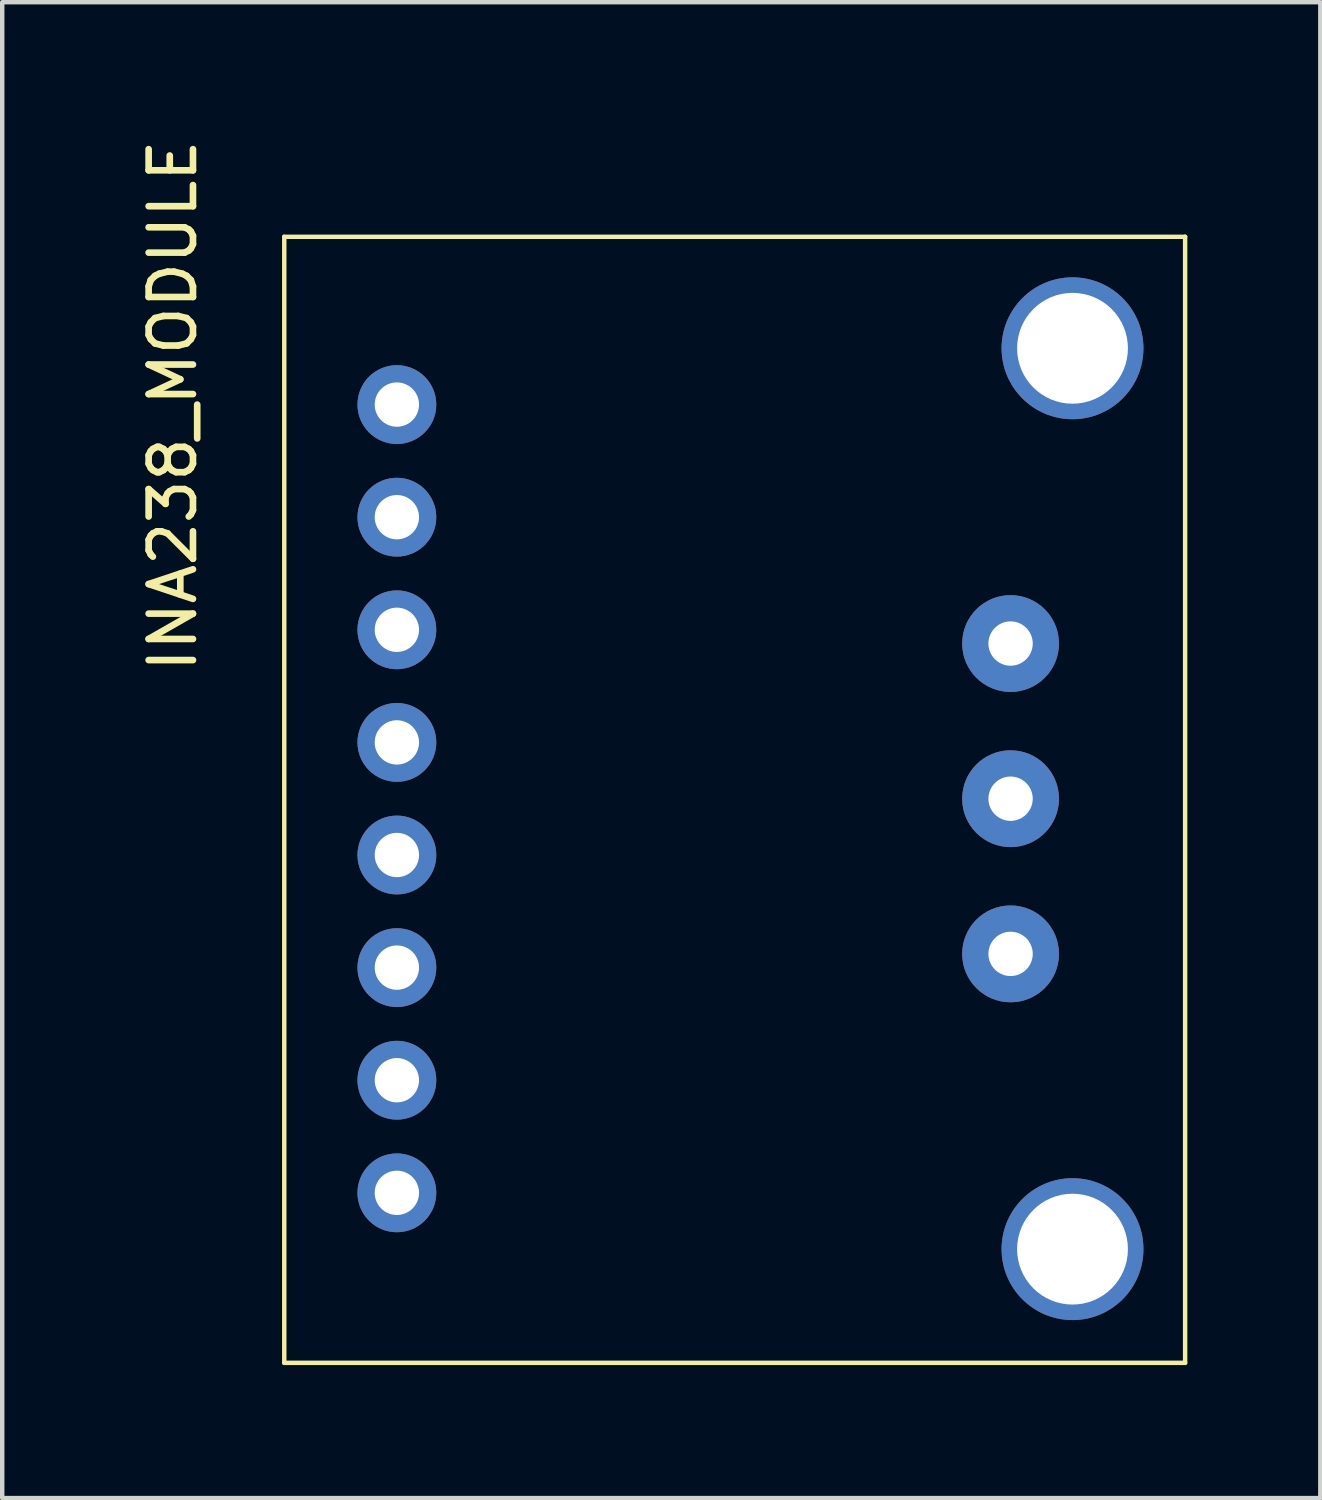
<source format=kicad_pcb>
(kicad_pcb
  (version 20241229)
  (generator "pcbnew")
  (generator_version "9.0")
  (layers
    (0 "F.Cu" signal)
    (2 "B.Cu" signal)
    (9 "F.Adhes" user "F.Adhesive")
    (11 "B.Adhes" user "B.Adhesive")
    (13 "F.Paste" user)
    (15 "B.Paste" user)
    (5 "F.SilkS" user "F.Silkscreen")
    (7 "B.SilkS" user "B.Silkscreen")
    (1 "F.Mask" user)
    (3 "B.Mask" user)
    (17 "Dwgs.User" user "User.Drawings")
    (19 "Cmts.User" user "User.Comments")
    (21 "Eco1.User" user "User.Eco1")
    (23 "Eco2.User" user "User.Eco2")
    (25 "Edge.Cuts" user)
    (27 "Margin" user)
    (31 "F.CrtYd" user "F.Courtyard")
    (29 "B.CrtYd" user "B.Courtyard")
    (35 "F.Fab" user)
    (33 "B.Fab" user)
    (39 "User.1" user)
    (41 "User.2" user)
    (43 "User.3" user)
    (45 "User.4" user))
  (footprint "INA238_MODULE"
    (layer "F.Cu")
    (at 5.928 6.101)
    (property "Reference" "INA238_MODULE" (at -5.08 0 90) (layer "F.SilkS") (effects (font (size 1 1) (thickness 0.15))))
    (attr through_hole)
    (fp_line (start -2.566 -3.81) (end 17.754 -3.81) (stroke (width 0.1) (type default)) (layer "F.SilkS"))
    (fp_line (start -2.566 21.59) (end -2.566 -3.81) (stroke (width 0.1) (type default)) (layer "F.SilkS"))
    (fp_line (start 17.754 -3.81) (end 17.754 21.59) (stroke (width 0.1) (type default)) (layer "F.SilkS"))
    (fp_line (start 17.754 21.59) (end -2.566 21.59) (stroke (width 0.1) (type default)) (layer "F.SilkS"))
    (pad "" np_thru_hole circle (at 15.214 -1.295 270) (size 3.2 3.2) (drill 2.5) (layers "*.Cu" "*.Mask"))
    (pad "" np_thru_hole circle (at 15.214 19.025 270) (size 3.2 3.2) (drill 2.5) (layers "*.Cu" "*.Mask"))
    (pad "1" thru_hole circle (at 13.817 5.365 90) (size 2.184 2.184) (drill 1) (layers "*.Cu" "*.Mask"))
    (pad "2" thru_hole circle (at 13.817 8.865 90) (size 2.184 2.184) (drill 1) (layers "*.Cu" "*.Mask"))
    (pad "3" thru_hole circle (at 13.817 12.365 90) (size 2.184 2.184) (drill 1) (layers "*.Cu" "*.Mask"))
    (pad "4" thru_hole circle (at -0.026 17.755) (size 1.778 1.778) (drill 1) (layers "*.Cu" "*.Mask"))
    (pad "5" thru_hole circle (at -0.026 15.215) (size 1.778 1.778) (drill 1) (layers "*.Cu" "*.Mask"))
    (pad "6" thru_hole circle (at -0.026 12.675) (size 1.778 1.778) (drill 1) (layers "*.Cu" "*.Mask"))
    (pad "7" thru_hole circle (at -0.026 10.135) (size 1.778 1.778) (drill 1) (layers "*.Cu" "*.Mask"))
    (pad "8" thru_hole circle (at -0.026 7.595) (size 1.778 1.778) (drill 1) (layers "*.Cu" "*.Mask"))
    (pad "9" thru_hole circle (at -0.026 5.055) (size 1.778 1.778) (drill 1) (layers "*.Cu" "*.Mask"))
    (pad "10" thru_hole circle (at -0.026 2.515) (size 1.778 1.778) (drill 1) (layers "*.Cu" "*.Mask"))
    (pad "11" thru_hole circle (at -0.026 -0.025) (size 1.778 1.778) (drill 1) (layers "*.Cu" "*.Mask"))
    (zone (net_name "") (layer "F.Cu") (hatch edge 0.5) (connect_pads) (min_thickness 0.25) (filled_areas_thickness no) (keepout (tracks not_allowed) (vias not_allowed) (pads not_allowed) (copperpour not_allowed) (footprints allowed)) (placement (enabled no)) (fill) (polygon (pts (xy 21.142 6.822) (xy 21.423 6.802) (xy 21.698 6.744) (xy 21.962 6.647) (xy 22.211 6.515) (xy 22.438 6.35) (xy 22.64 6.155) (xy 22.814 5.933) (xy 22.954 5.69) (xy 23.06 5.429) (xy 23.128 5.156) (xy 23.157 4.876) (xy 23.147 4.595) (xy 23.098 4.318) (xy 23.011 4.051) (xy 22.888 3.798) (xy 22.731 3.565) (xy 22.543 3.356) (xy 22.327 3.175) (xy 22.089 3.026) (xy 21.832 2.911) (xy 21.561 2.834) (xy 21.283 2.795) (xy 21.002 2.795) (xy 20.723 2.834) (xy 20.453 2.911) (xy 20.196 3.026) (xy 19.957 3.175) (xy 19.742 3.356) (xy 19.554 3.565) (xy 19.396 3.798) (xy 19.273 4.051) (xy 19.186 4.318) (xy 19.137 4.595) (xy 19.128 4.876) (xy 19.157 5.156) (xy 19.225 5.429) (xy 19.33 5.69) (xy 19.471 5.933) (xy 19.644 6.155) (xy 19.846 6.35) (xy 20.074 6.515) (xy 20.322 6.647) (xy 20.587 6.744) (xy 20.862 6.802))) (polygon (pts (xy 21.142 4.79) (xy 21.131 4.794) (xy 21.126 4.806) (xy 21.131 4.817) (xy 21.142 4.822) (xy 21.154 4.817) (xy 21.158 4.806) (xy 21.154 4.794))))
    (zone (net_name "") (layer "F.Cu") (hatch edge 0.5) (connect_pads) (min_thickness 0.25) (filled_areas_thickness no) (keepout (tracks not_allowed) (vias not_allowed) (pads not_allowed) (copperpour not_allowed) (footprints allowed)) (placement (enabled no)) (fill) (polygon (pts (xy 21.142 27.142) (xy 21.423 27.122) (xy 21.698 27.064) (xy 21.962 26.967) (xy 22.211 26.835) (xy 22.438 26.67) (xy 22.64 26.475) (xy 22.814 26.253) (xy 22.954 26.01) (xy 23.06 25.749) (xy 23.128 25.476) (xy 23.157 25.196) (xy 23.147 24.915) (xy 23.098 24.638) (xy 23.011 24.371) (xy 22.888 24.118) (xy 22.731 23.885) (xy 22.543 23.676) (xy 22.327 23.495) (xy 22.089 23.346) (xy 21.832 23.231) (xy 21.561 23.154) (xy 21.283 23.115) (xy 21.002 23.115) (xy 20.723 23.154) (xy 20.453 23.231) (xy 20.196 23.346) (xy 19.957 23.495) (xy 19.742 23.676) (xy 19.554 23.885) (xy 19.396 24.118) (xy 19.273 24.371) (xy 19.186 24.638) (xy 19.137 24.915) (xy 19.128 25.196) (xy 19.157 25.476) (xy 19.225 25.749) (xy 19.33 26.01) (xy 19.471 26.253) (xy 19.644 26.475) (xy 19.846 26.67) (xy 20.074 26.835) (xy 20.322 26.967) (xy 20.587 27.064) (xy 20.862 27.122))) (polygon (pts (xy 21.142 25.11) (xy 21.131 25.114) (xy 21.126 25.126) (xy 21.131 25.137) (xy 21.142 25.142) (xy 21.154 25.137) (xy 21.158 25.126) (xy 21.154 25.114))))
    (zone (net_name "") (layer "B.Cu") (hatch edge 0.5) (connect_pads) (min_thickness 0.25) (filled_areas_thickness no) (keepout (tracks not_allowed) (vias not_allowed) (pads not_allowed) (copperpour not_allowed) (footprints allowed)) (placement (enabled no)) (fill) (polygon (pts (xy 21.142 6.822) (xy 21.423 6.802) (xy 21.698 6.744) (xy 21.962 6.647) (xy 22.211 6.515) (xy 22.438 6.35) (xy 22.64 6.155) (xy 22.814 5.933) (xy 22.954 5.69) (xy 23.06 5.429) (xy 23.128 5.156) (xy 23.157 4.876) (xy 23.147 4.595) (xy 23.098 4.318) (xy 23.011 4.051) (xy 22.888 3.798) (xy 22.731 3.565) (xy 22.543 3.356) (xy 22.327 3.175) (xy 22.089 3.026) (xy 21.832 2.911) (xy 21.561 2.834) (xy 21.283 2.795) (xy 21.002 2.795) (xy 20.723 2.834) (xy 20.453 2.911) (xy 20.196 3.026) (xy 19.957 3.175) (xy 19.742 3.356) (xy 19.554 3.565) (xy 19.396 3.798) (xy 19.273 4.051) (xy 19.186 4.318) (xy 19.137 4.595) (xy 19.128 4.876) (xy 19.157 5.156) (xy 19.225 5.429) (xy 19.33 5.69) (xy 19.471 5.933) (xy 19.644 6.155) (xy 19.846 6.35) (xy 20.074 6.515) (xy 20.322 6.647) (xy 20.587 6.744) (xy 20.862 6.802))) (polygon (pts (xy 21.142 4.79) (xy 21.131 4.794) (xy 21.126 4.806) (xy 21.131 4.817) (xy 21.142 4.822) (xy 21.154 4.817) (xy 21.158 4.806) (xy 21.154 4.794))))
    (zone (net_name "") (layer "B.Cu") (hatch edge 0.5) (connect_pads) (min_thickness 0.25) (filled_areas_thickness no) (keepout (tracks not_allowed) (vias not_allowed) (pads not_allowed) (copperpour not_allowed) (footprints allowed)) (placement (enabled no)) (fill) (polygon (pts (xy 21.142 27.142) (xy 21.423 27.122) (xy 21.698 27.064) (xy 21.962 26.967) (xy 22.211 26.835) (xy 22.438 26.67) (xy 22.64 26.475) (xy 22.814 26.253) (xy 22.954 26.01) (xy 23.06 25.749) (xy 23.128 25.476) (xy 23.157 25.196) (xy 23.147 24.915) (xy 23.098 24.638) (xy 23.011 24.371) (xy 22.888 24.118) (xy 22.731 23.885) (xy 22.543 23.676) (xy 22.327 23.495) (xy 22.089 23.346) (xy 21.832 23.231) (xy 21.561 23.154) (xy 21.283 23.115) (xy 21.002 23.115) (xy 20.723 23.154) (xy 20.453 23.231) (xy 20.196 23.346) (xy 19.957 23.495) (xy 19.742 23.676) (xy 19.554 23.885) (xy 19.396 24.118) (xy 19.273 24.371) (xy 19.186 24.638) (xy 19.137 24.915) (xy 19.128 25.196) (xy 19.157 25.476) (xy 19.225 25.749) (xy 19.33 26.01) (xy 19.471 26.253) (xy 19.644 26.475) (xy 19.846 26.67) (xy 20.074 26.835) (xy 20.322 26.967) (xy 20.587 27.064) (xy 20.862 27.122))) (polygon (pts (xy 21.142 25.11) (xy 21.131 25.114) (xy 21.126 25.126) (xy 21.131 25.137) (xy 21.142 25.142) (xy 21.154 25.137) (xy 21.158 25.126) (xy 21.154 25.114))))
    (zone (net_name "") (layer "F.SilkS") (hatch edge 0.5) (connect_pads) (min_thickness 0.25) (filled_areas_thickness no) (keepout (tracks allowed) (vias allowed) (pads not_allowed) (copperpour allowed) (footprints not_allowed)) (placement (enabled no)) (fill) (polygon (pts (xy 3.362 2.291) (xy 23.682 2.291) (xy 23.682 27.691) (xy 3.362 27.691)))))
  (gr_rect
    (start -3 -3)
    (end 26.732 30.741)
    (stroke (width 0.1) (type default))
    (fill no)
    (layer "Edge.Cuts")))
</source>
